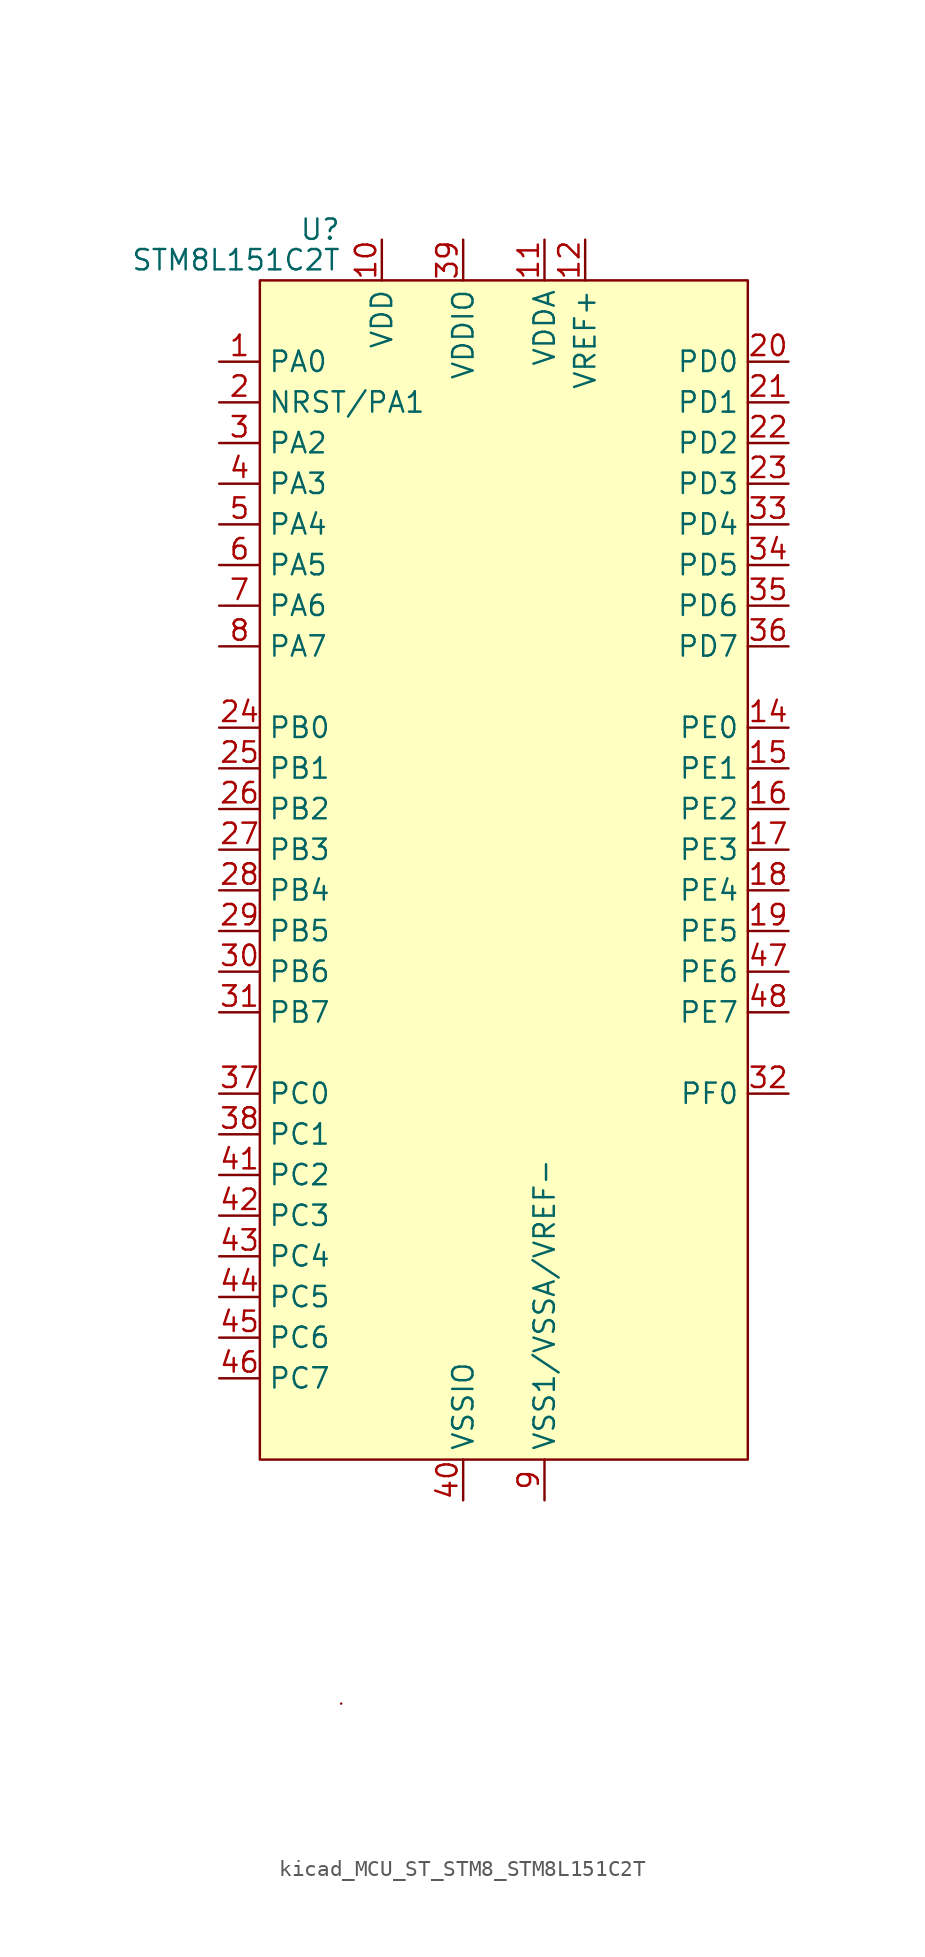
<source format=kicad_sym>
(kicad_symbol_lib
  (version 20220914)
  (generator kicad_symbol_editor)
  (symbol "kicad_MCU_ST_STM8_STM8L151C2T"
    (property "Reference" "U"
      (at -10.16 38.735 0)
      (effects (font (size 1.27 1.27)) (justify right)))
    (property "Value" "STM8L151C2T"
      (at -10.16 36.83 0)
      (effects (font (size 1.27 1.27)) (justify right)))
    (symbol "kicad_MCU_ST_STM8_STM8L151C2T_0_0"
      (pin bidirectional line (at -17.78 30.48 0) (length 2.54) (name "PA0" (effects (font (size 1.27 1.27)))) (number "1" (effects (font (size 1.27 1.27)))))
      (pin power_in line (at -7.62 38.1 270) (length 2.54) (name "VDD" (effects (font (size 1.27 1.27)))) (number "10" (effects (font (size 1.27 1.27)))))
      (pin power_in line (at 2.54 38.1 270) (length 2.54) (name "VDDA" (effects (font (size 1.27 1.27)))) (number "11" (effects (font (size 1.27 1.27)))))
      (pin power_in line (at 5.08 38.1 270) (length 2.54) (name "VREF+" (effects (font (size 1.27 1.27)))) (number "12" (effects (font (size 1.27 1.27)))))
      (pin no_connect line (at 15.24 -20.32 180) (length 2.54) hide (name "NC" (effects (font (size 1.27 1.27)))) (number "13" (effects (font (size 1.27 1.27)))))
      (pin bidirectional line (at 17.78 7.62 180) (length 2.54) (name "PE0" (effects (font (size 1.27 1.27)))) (number "14" (effects (font (size 1.27 1.27)))))
      (pin bidirectional line (at 17.78 5.08 180) (length 2.54) (name "PE1" (effects (font (size 1.27 1.27)))) (number "15" (effects (font (size 1.27 1.27)))))
      (pin bidirectional line (at 17.78 2.54 180) (length 2.54) (name "PE2" (effects (font (size 1.27 1.27)))) (number "16" (effects (font (size 1.27 1.27)))))
      (pin bidirectional line (at 17.78 0 180) (length 2.54) (name "PE3" (effects (font (size 1.27 1.27)))) (number "17" (effects (font (size 1.27 1.27)))))
      (pin bidirectional line (at 17.78 -2.54 180) (length 2.54) (name "PE4" (effects (font (size 1.27 1.27)))) (number "18" (effects (font (size 1.27 1.27)))))
      (pin bidirectional line (at 17.78 -5.08 180) (length 2.54) (name "PE5" (effects (font (size 1.27 1.27)))) (number "19" (effects (font (size 1.27 1.27)))))
      (pin bidirectional line (at -17.78 27.94 0) (length 2.54) (name "NRST/PA1" (effects (font (size 1.27 1.27)))) (number "2" (effects (font (size 1.27 1.27)))))
      (pin bidirectional line (at 17.78 30.48 180) (length 2.54) (name "PD0" (effects (font (size 1.27 1.27)))) (number "20" (effects (font (size 1.27 1.27)))))
      (pin bidirectional line (at 17.78 27.94 180) (length 2.54) (name "PD1" (effects (font (size 1.27 1.27)))) (number "21" (effects (font (size 1.27 1.27)))))
      (pin bidirectional line (at 17.78 25.4 180) (length 2.54) (name "PD2" (effects (font (size 1.27 1.27)))) (number "22" (effects (font (size 1.27 1.27)))))
      (pin bidirectional line (at 17.78 22.86 180) (length 2.54) (name "PD3" (effects (font (size 1.27 1.27)))) (number "23" (effects (font (size 1.27 1.27)))))
      (pin bidirectional line (at -17.78 7.62 0) (length 2.54) (name "PB0" (effects (font (size 1.27 1.27)))) (number "24" (effects (font (size 1.27 1.27)))))
      (pin bidirectional line (at -17.78 5.08 0) (length 2.54) (name "PB1" (effects (font (size 1.27 1.27)))) (number "25" (effects (font (size 1.27 1.27)))))
      (pin bidirectional line (at -17.78 2.54 0) (length 2.54) (name "PB2" (effects (font (size 1.27 1.27)))) (number "26" (effects (font (size 1.27 1.27)))))
      (pin bidirectional line (at -17.78 0 0) (length 2.54) (name "PB3" (effects (font (size 1.27 1.27)))) (number "27" (effects (font (size 1.27 1.27)))))
      (pin bidirectional line (at -17.78 -2.54 0) (length 2.54) (name "PB4" (effects (font (size 1.27 1.27)))) (number "28" (effects (font (size 1.27 1.27)))))
      (pin bidirectional line (at -17.78 -5.08 0) (length 2.54) (name "PB5" (effects (font (size 1.27 1.27)))) (number "29" (effects (font (size 1.27 1.27)))))
      (pin bidirectional line (at -17.78 25.4 0) (length 2.54) (name "PA2" (effects (font (size 1.27 1.27)))) (number "3" (effects (font (size 1.27 1.27)))))
      (pin bidirectional line (at -17.78 -7.62 0) (length 2.54) (name "PB6" (effects (font (size 1.27 1.27)))) (number "30" (effects (font (size 1.27 1.27)))))
      (pin bidirectional line (at -17.78 -10.16 0) (length 2.54) (name "PB7" (effects (font (size 1.27 1.27)))) (number "31" (effects (font (size 1.27 1.27)))))
      (pin bidirectional line (at 17.78 -15.24 180) (length 2.54) (name "PF0" (effects (font (size 1.27 1.27)))) (number "32" (effects (font (size 1.27 1.27)))))
      (pin bidirectional line (at 17.78 20.32 180) (length 2.54) (name "PD4" (effects (font (size 1.27 1.27)))) (number "33" (effects (font (size 1.27 1.27)))))
      (pin bidirectional line (at 17.78 17.78 180) (length 2.54) (name "PD5" (effects (font (size 1.27 1.27)))) (number "34" (effects (font (size 1.27 1.27)))))
      (pin bidirectional line (at 17.78 15.24 180) (length 2.54) (name "PD6" (effects (font (size 1.27 1.27)))) (number "35" (effects (font (size 1.27 1.27)))))
      (pin bidirectional line (at 17.78 12.7 180) (length 2.54) (name "PD7" (effects (font (size 1.27 1.27)))) (number "36" (effects (font (size 1.27 1.27)))))
      (pin bidirectional line (at -17.78 -15.24 0) (length 2.54) (name "PC0" (effects (font (size 1.27 1.27)))) (number "37" (effects (font (size 1.27 1.27)))))
      (pin bidirectional line (at -17.78 -17.78 0) (length 2.54) (name "PC1" (effects (font (size 1.27 1.27)))) (number "38" (effects (font (size 1.27 1.27)))))
      (pin power_in line (at -2.54 38.1 270) (length 2.54) (name "VDDIO" (effects (font (size 1.27 1.27)))) (number "39" (effects (font (size 1.27 1.27)))))
      (pin bidirectional line (at -17.78 22.86 0) (length 2.54) (name "PA3" (effects (font (size 1.27 1.27)))) (number "4" (effects (font (size 1.27 1.27)))))
      (pin power_in line (at -2.54 -40.64 90) (length 2.54) (name "VSSIO" (effects (font (size 1.27 1.27)))) (number "40" (effects (font (size 1.27 1.27)))))
      (pin bidirectional line (at -17.78 -20.32 0) (length 2.54) (name "PC2" (effects (font (size 1.27 1.27)))) (number "41" (effects (font (size 1.27 1.27)))))
      (pin bidirectional line (at -17.78 -22.86 0) (length 2.54) (name "PC3" (effects (font (size 1.27 1.27)))) (number "42" (effects (font (size 1.27 1.27)))))
      (pin bidirectional line (at -17.78 -25.4 0) (length 2.54) (name "PC4" (effects (font (size 1.27 1.27)))) (number "43" (effects (font (size 1.27 1.27)))))
      (pin bidirectional line (at -17.78 -27.94 0) (length 2.54) (name "PC5" (effects (font (size 1.27 1.27)))) (number "44" (effects (font (size 1.27 1.27)))))
      (pin bidirectional line (at -17.78 -30.48 0) (length 2.54) (name "PC6" (effects (font (size 1.27 1.27)))) (number "45" (effects (font (size 1.27 1.27)))))
      (pin bidirectional line (at -17.78 -33.02 0) (length 2.54) (name "PC7" (effects (font (size 1.27 1.27)))) (number "46" (effects (font (size 1.27 1.27)))))
      (pin bidirectional line (at 17.78 -7.62 180) (length 2.54) (name "PE6" (effects (font (size 1.27 1.27)))) (number "47" (effects (font (size 1.27 1.27)))))
      (pin bidirectional line (at 17.78 -10.16 180) (length 2.54) (name "PE7" (effects (font (size 1.27 1.27)))) (number "48" (effects (font (size 1.27 1.27)))))
      (pin bidirectional line (at -17.78 20.32 0) (length 2.54) (name "PA4" (effects (font (size 1.27 1.27)))) (number "5" (effects (font (size 1.27 1.27)))))
      (pin bidirectional line (at -17.78 17.78 0) (length 2.54) (name "PA5" (effects (font (size 1.27 1.27)))) (number "6" (effects (font (size 1.27 1.27)))))
      (pin bidirectional line (at -17.78 15.24 0) (length 2.54) (name "PA6" (effects (font (size 1.27 1.27)))) (number "7" (effects (font (size 1.27 1.27)))))
      (pin bidirectional line (at -17.78 12.7 0) (length 2.54) (name "PA7" (effects (font (size 1.27 1.27)))) (number "8" (effects (font (size 1.27 1.27)))))
      (pin power_in line (at 2.54 -40.64 90) (length 2.54) (name "VSS1/VSSA/VREF-" (effects (font (size 1.27 1.27)))) (number "9" (effects (font (size 1.27 1.27))))))
    (symbol "kicad_MCU_ST_STM8_STM8L151C2T_0_1"
      (rectangle (start -15.24 35.56) (end 15.24 -38.1) (stroke (width 0) (type default)) (fill (type background)))
      (rectangle (start -10.16 -53.34) (end -10.16 -53.34) (stroke (width 0.152) (type default)) (fill (type none))))))
</source>
